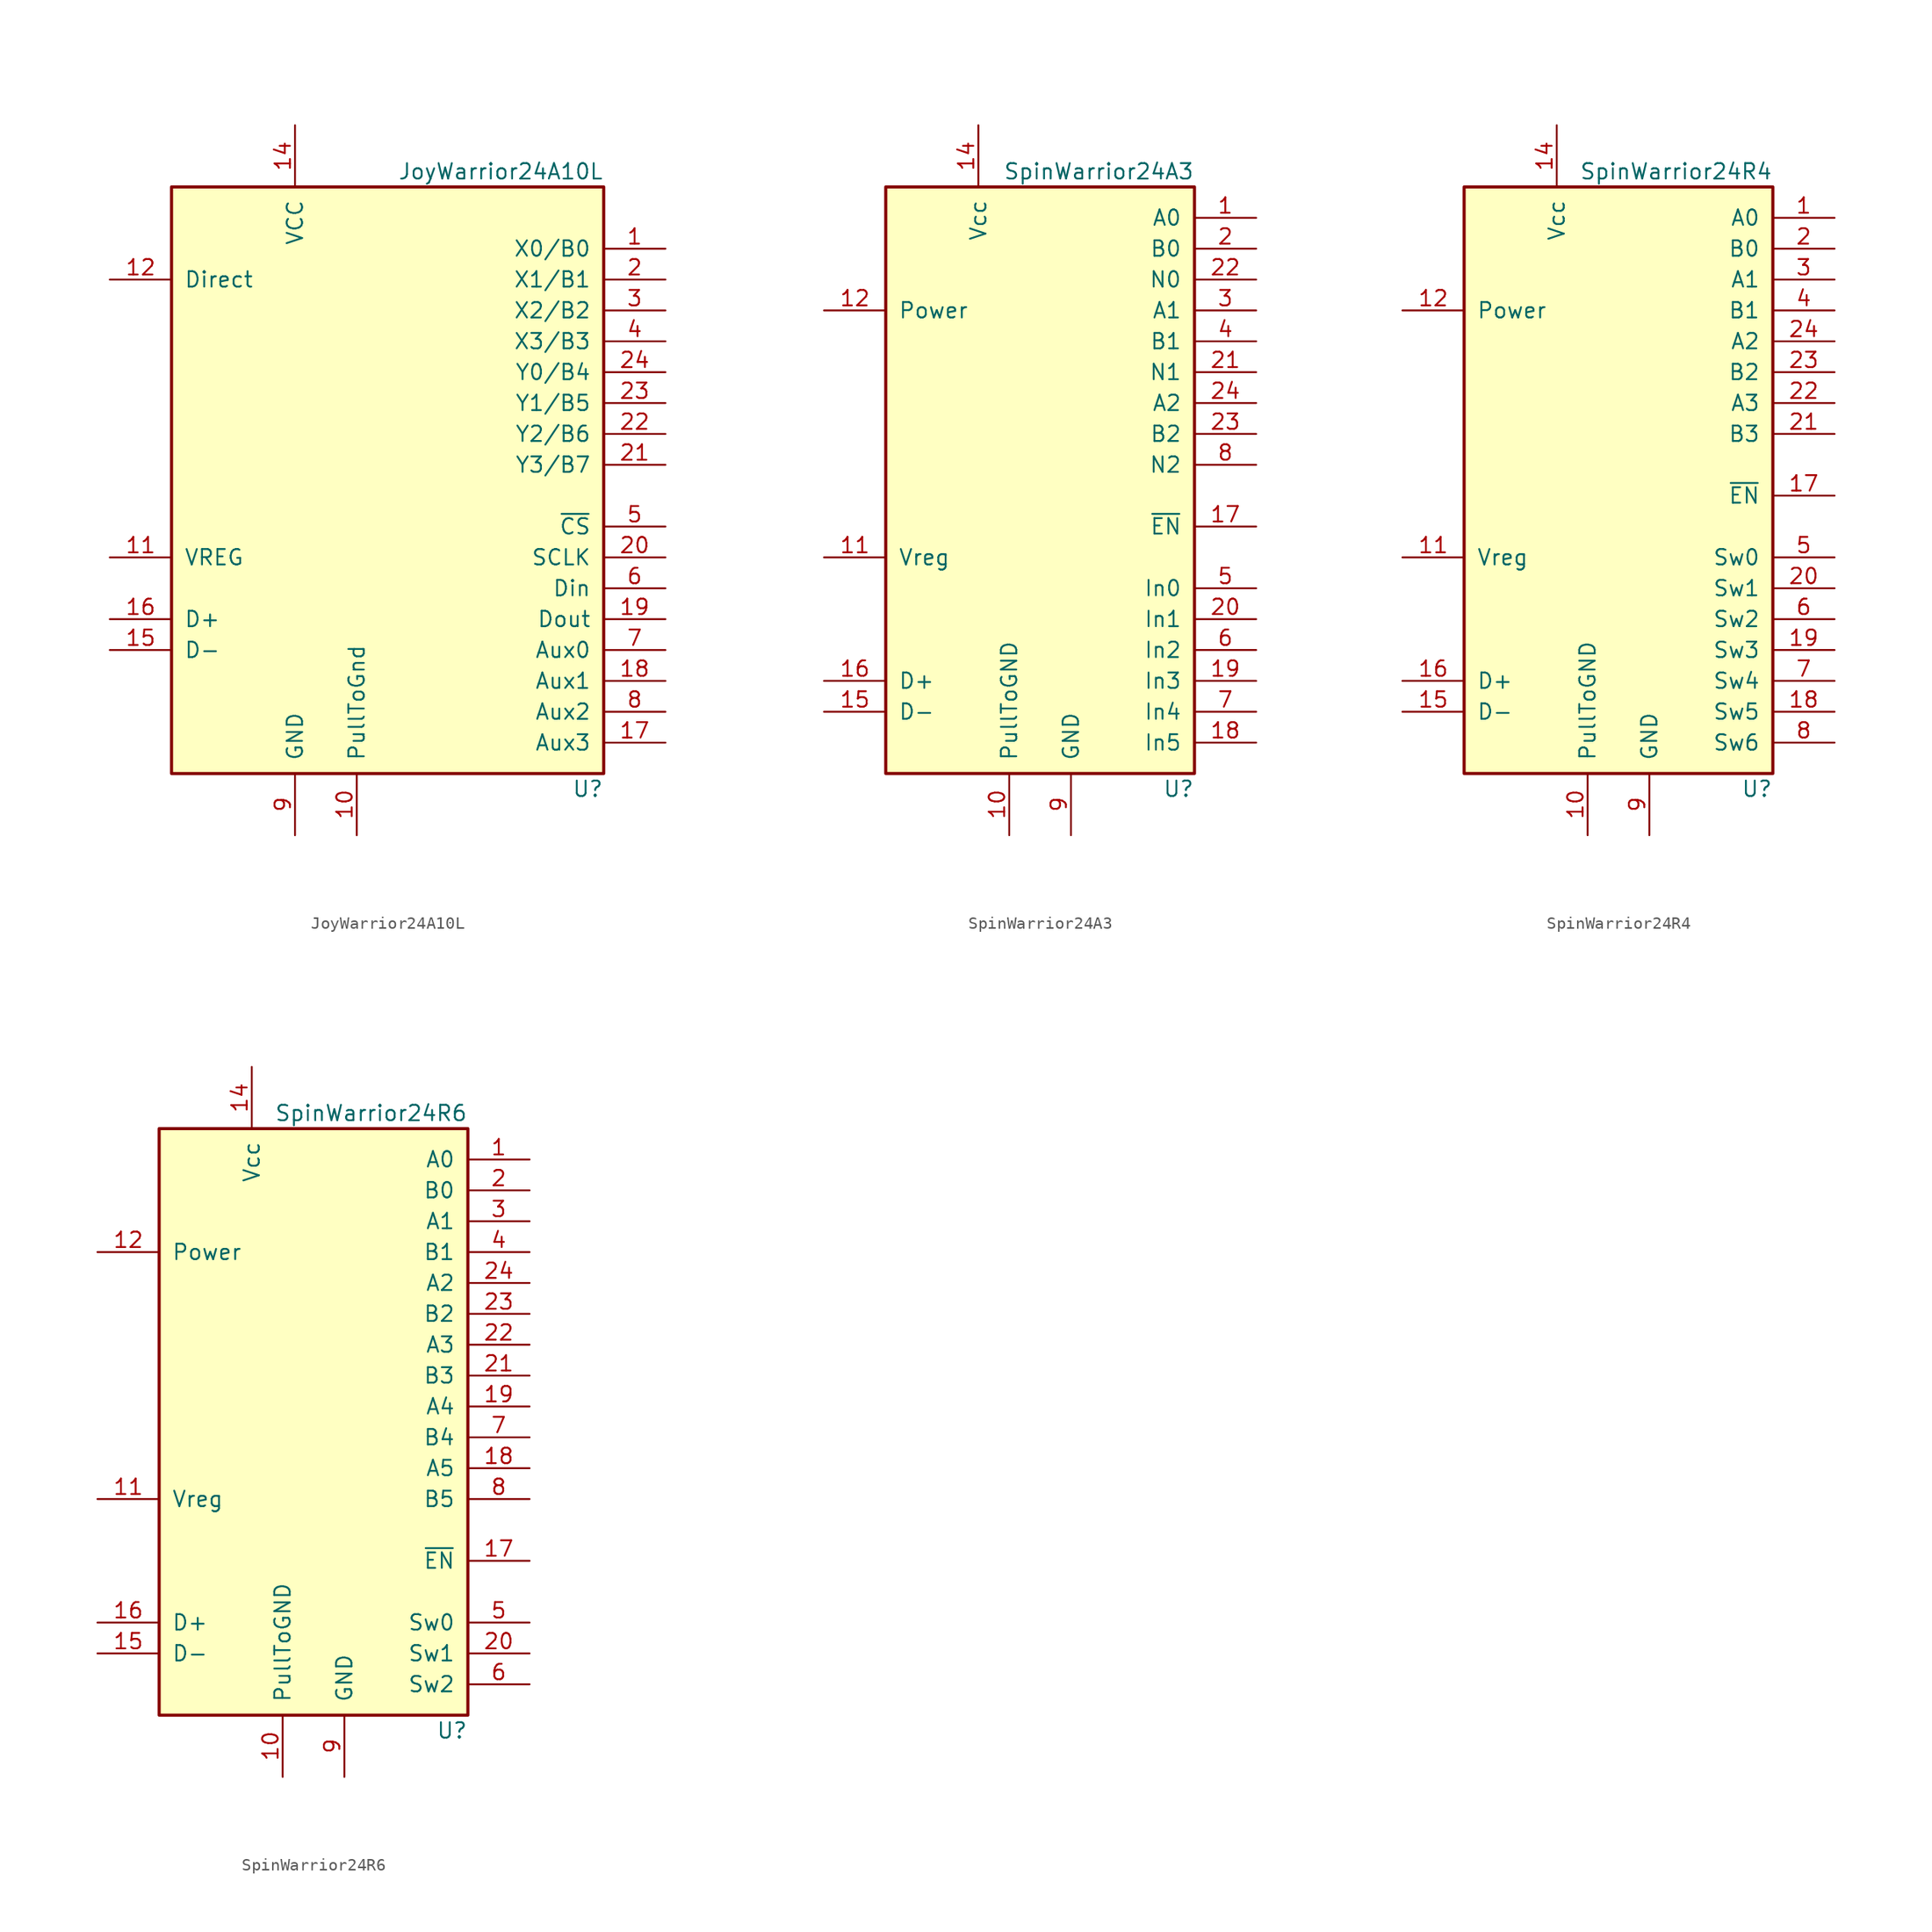
<source format=kicad_sym>
(kicad_symbol_lib
  (version 20241209)
  (generator "kicad_symbol_editor")
  (generator_version "9.0")
  (symbol "JoyWarrior24A10L"
    (pin_names
      (offset 1.016))
    (property "Reference" "U"
      (at 17.78 -24.13 0)
      (effects (font (size 1.27 1.27)) (justify right)))
    (property "Value" "JoyWarrior24A10L"
      (at 17.78 26.67 0)
      (effects (font (size 1.27 1.27)) (justify right)))
    (symbol "JoyWarrior24A10L_0_1"
      (rectangle (start -17.78 25.4) (end 17.78 -22.86) (stroke (width 0.254) (type default)) (fill (type background))))
    (symbol "JoyWarrior24A10L_1_1"
      (pin input line (at -22.86 17.78 0) (length 5.08) (name "Direct" (effects (font (size 1.27 1.27)))) (number "12" (effects (font (size 1.27 1.27)))))
      (pin power_out line (at -22.86 -5.08 0) (length 5.08) (name "VREG" (effects (font (size 1.27 1.27)))) (number "11" (effects (font (size 1.27 1.27)))))
      (pin bidirectional line (at -22.86 -10.16 0) (length 5.08) (name "D+" (effects (font (size 1.27 1.27)))) (number "16" (effects (font (size 1.27 1.27)))))
      (pin bidirectional line (at -22.86 -12.7 0) (length 5.08) (name "D-" (effects (font (size 1.27 1.27)))) (number "15" (effects (font (size 1.27 1.27)))))
      (pin no_connect line (at -17.78 22.86 0) (length 5.08) (hide yes) (name "NC" (effects (font (size 1.27 1.27)))) (number "13" (effects (font (size 1.27 1.27)))))
      (pin power_in line (at -7.62 30.48 270) (length 5.08) (name "VCC" (effects (font (size 1.27 1.27)))) (number "14" (effects (font (size 1.27 1.27)))))
      (pin power_in line (at -7.62 -27.94 90) (length 5.08) (name "GND" (effects (font (size 1.27 1.27)))) (number "9" (effects (font (size 1.27 1.27)))))
      (pin input line (at -2.54 -27.94 90) (length 5.08) (name "PullToGnd" (effects (font (size 1.27 1.27)))) (number "10" (effects (font (size 1.27 1.27)))))
      (pin input line (at 22.86 20.32 180) (length 5.08) (name "X0/B0" (effects (font (size 1.27 1.27)))) (number "1" (effects (font (size 1.27 1.27)))))
      (pin input line (at 22.86 17.78 180) (length 5.08) (name "X1/B1" (effects (font (size 1.27 1.27)))) (number "2" (effects (font (size 1.27 1.27)))))
      (pin input line (at 22.86 15.24 180) (length 5.08) (name "X2/B2" (effects (font (size 1.27 1.27)))) (number "3" (effects (font (size 1.27 1.27)))))
      (pin input line (at 22.86 12.7 180) (length 5.08) (name "X3/B3" (effects (font (size 1.27 1.27)))) (number "4" (effects (font (size 1.27 1.27)))))
      (pin input line (at 22.86 10.16 180) (length 5.08) (name "Y0/B4" (effects (font (size 1.27 1.27)))) (number "24" (effects (font (size 1.27 1.27)))))
      (pin input line (at 22.86 7.62 180) (length 5.08) (name "Y1/B5" (effects (font (size 1.27 1.27)))) (number "23" (effects (font (size 1.27 1.27)))))
      (pin input line (at 22.86 5.08 180) (length 5.08) (name "Y2/B6" (effects (font (size 1.27 1.27)))) (number "22" (effects (font (size 1.27 1.27)))))
      (pin input line (at 22.86 2.54 180) (length 5.08) (name "Y3/B7" (effects (font (size 1.27 1.27)))) (number "21" (effects (font (size 1.27 1.27)))))
      (pin output line (at 22.86 -2.54 180) (length 5.08) (name "~{CS}" (effects (font (size 1.27 1.27)))) (number "5" (effects (font (size 1.27 1.27)))))
      (pin output line (at 22.86 -5.08 180) (length 5.08) (name "SCLK" (effects (font (size 1.27 1.27)))) (number "20" (effects (font (size 1.27 1.27)))))
      (pin input line (at 22.86 -7.62 180) (length 5.08) (name "Din" (effects (font (size 1.27 1.27)))) (number "6" (effects (font (size 1.27 1.27)))))
      (pin output line (at 22.86 -10.16 180) (length 5.08) (name "Dout" (effects (font (size 1.27 1.27)))) (number "19" (effects (font (size 1.27 1.27)))))
      (pin output line (at 22.86 -12.7 180) (length 5.08) (name "Aux0" (effects (font (size 1.27 1.27)))) (number "7" (effects (font (size 1.27 1.27)))))
      (pin output line (at 22.86 -15.24 180) (length 5.08) (name "Aux1" (effects (font (size 1.27 1.27)))) (number "18" (effects (font (size 1.27 1.27)))))
      (pin output line (at 22.86 -17.78 180) (length 5.08) (name "Aux2" (effects (font (size 1.27 1.27)))) (number "8" (effects (font (size 1.27 1.27)))))
      (pin output line (at 22.86 -20.32 180) (length 5.08) (name "Aux3" (effects (font (size 1.27 1.27)))) (number "17" (effects (font (size 1.27 1.27)))))))
  (symbol "SpinWarrior24A3"
    (pin_names
      (offset 1.016))
    (property "Reference" "U"
      (at 12.7 -24.13 0)
      (effects (font (size 1.27 1.27)) (justify right)))
    (property "Value" "SpinWarrior24A3"
      (at 12.7 26.67 0)
      (effects (font (size 1.27 1.27)) (justify right)))
    (symbol "SpinWarrior24A3_1_1"
      (rectangle (start -12.7 25.4) (end 12.7 -22.86) (stroke (width 0.254) (type default)) (fill (type background)))
      (pin input line (at -17.78 15.24 0) (length 5.08) (name "Power" (effects (font (size 1.27 1.27)))) (number "12" (effects (font (size 1.27 1.27)))))
      (pin power_out line (at -17.78 -5.08 0) (length 5.08) (name "Vreg" (effects (font (size 1.27 1.27)))) (number "11" (effects (font (size 1.27 1.27)))))
      (pin bidirectional line (at -17.78 -15.24 0) (length 5.08) (name "D+" (effects (font (size 1.27 1.27)))) (number "16" (effects (font (size 1.27 1.27)))))
      (pin bidirectional line (at -17.78 -17.78 0) (length 5.08) (name "D-" (effects (font (size 1.27 1.27)))) (number "15" (effects (font (size 1.27 1.27)))))
      (pin no_connect line (at -12.7 22.86 0) (length 5.08) (hide yes) (name "NC" (effects (font (size 1.27 1.27)))) (number "13" (effects (font (size 1.27 1.27)))))
      (pin power_in line (at -5.08 30.48 270) (length 5.08) (name "Vcc" (effects (font (size 1.27 1.27)))) (number "14" (effects (font (size 1.27 1.27)))))
      (pin input line (at -2.54 -27.94 90) (length 5.08) (name "PullToGND" (effects (font (size 1.27 1.27)))) (number "10" (effects (font (size 1.27 1.27)))))
      (pin power_in line (at 2.54 -27.94 90) (length 5.08) (name "GND" (effects (font (size 1.27 1.27)))) (number "9" (effects (font (size 1.27 1.27)))))
      (pin input line (at 17.78 22.86 180) (length 5.08) (name "A0" (effects (font (size 1.27 1.27)))) (number "1" (effects (font (size 1.27 1.27)))))
      (pin input line (at 17.78 20.32 180) (length 5.08) (name "B0" (effects (font (size 1.27 1.27)))) (number "2" (effects (font (size 1.27 1.27)))))
      (pin input line (at 17.78 17.78 180) (length 5.08) (name "N0" (effects (font (size 1.27 1.27)))) (number "22" (effects (font (size 1.27 1.27)))))
      (pin input line (at 17.78 15.24 180) (length 5.08) (name "A1" (effects (font (size 1.27 1.27)))) (number "3" (effects (font (size 1.27 1.27)))))
      (pin input line (at 17.78 12.7 180) (length 5.08) (name "B1" (effects (font (size 1.27 1.27)))) (number "4" (effects (font (size 1.27 1.27)))))
      (pin input line (at 17.78 10.16 180) (length 5.08) (name "N1" (effects (font (size 1.27 1.27)))) (number "21" (effects (font (size 1.27 1.27)))))
      (pin input line (at 17.78 7.62 180) (length 5.08) (name "A2" (effects (font (size 1.27 1.27)))) (number "24" (effects (font (size 1.27 1.27)))))
      (pin input line (at 17.78 5.08 180) (length 5.08) (name "B2" (effects (font (size 1.27 1.27)))) (number "23" (effects (font (size 1.27 1.27)))))
      (pin input line (at 17.78 2.54 180) (length 5.08) (name "N2" (effects (font (size 1.27 1.27)))) (number "8" (effects (font (size 1.27 1.27)))))
      (pin open_collector line (at 17.78 -2.54 180) (length 5.08) (name "~{EN}" (effects (font (size 1.27 1.27)))) (number "17" (effects (font (size 1.27 1.27)))))
      (pin input line (at 17.78 -7.62 180) (length 5.08) (name "In0" (effects (font (size 1.27 1.27)))) (number "5" (effects (font (size 1.27 1.27)))))
      (pin input line (at 17.78 -10.16 180) (length 5.08) (name "In1" (effects (font (size 1.27 1.27)))) (number "20" (effects (font (size 1.27 1.27)))))
      (pin input line (at 17.78 -12.7 180) (length 5.08) (name "In2" (effects (font (size 1.27 1.27)))) (number "6" (effects (font (size 1.27 1.27)))))
      (pin input line (at 17.78 -15.24 180) (length 5.08) (name "In3" (effects (font (size 1.27 1.27)))) (number "19" (effects (font (size 1.27 1.27)))))
      (pin input line (at 17.78 -17.78 180) (length 5.08) (name "In4" (effects (font (size 1.27 1.27)))) (number "7" (effects (font (size 1.27 1.27)))))
      (pin input line (at 17.78 -20.32 180) (length 5.08) (name "In5" (effects (font (size 1.27 1.27)))) (number "18" (effects (font (size 1.27 1.27)))))))
  (symbol "SpinWarrior24R4"
    (pin_names
      (offset 1.016))
    (property "Reference" "U"
      (at 12.7 -24.13 0)
      (effects (font (size 1.27 1.27)) (justify right)))
    (property "Value" "SpinWarrior24R4"
      (at 12.7 26.67 0)
      (effects (font (size 1.27 1.27)) (justify right)))
    (symbol "SpinWarrior24R4_1_1"
      (rectangle (start -12.7 25.4) (end 12.7 -22.86) (stroke (width 0.254) (type default)) (fill (type background)))
      (pin input line (at -17.78 15.24 0) (length 5.08) (name "Power" (effects (font (size 1.27 1.27)))) (number "12" (effects (font (size 1.27 1.27)))))
      (pin power_out line (at -17.78 -5.08 0) (length 5.08) (name "Vreg" (effects (font (size 1.27 1.27)))) (number "11" (effects (font (size 1.27 1.27)))))
      (pin bidirectional line (at -17.78 -15.24 0) (length 5.08) (name "D+" (effects (font (size 1.27 1.27)))) (number "16" (effects (font (size 1.27 1.27)))))
      (pin bidirectional line (at -17.78 -17.78 0) (length 5.08) (name "D-" (effects (font (size 1.27 1.27)))) (number "15" (effects (font (size 1.27 1.27)))))
      (pin no_connect line (at -12.7 22.86 0) (length 5.08) (hide yes) (name "NC" (effects (font (size 1.27 1.27)))) (number "13" (effects (font (size 1.27 1.27)))))
      (pin power_in line (at -5.08 30.48 270) (length 5.08) (name "Vcc" (effects (font (size 1.27 1.27)))) (number "14" (effects (font (size 1.27 1.27)))))
      (pin input line (at -2.54 -27.94 90) (length 5.08) (name "PullToGND" (effects (font (size 1.27 1.27)))) (number "10" (effects (font (size 1.27 1.27)))))
      (pin power_in line (at 2.54 -27.94 90) (length 5.08) (name "GND" (effects (font (size 1.27 1.27)))) (number "9" (effects (font (size 1.27 1.27)))))
      (pin input line (at 17.78 22.86 180) (length 5.08) (name "A0" (effects (font (size 1.27 1.27)))) (number "1" (effects (font (size 1.27 1.27)))))
      (pin input line (at 17.78 20.32 180) (length 5.08) (name "B0" (effects (font (size 1.27 1.27)))) (number "2" (effects (font (size 1.27 1.27)))))
      (pin input line (at 17.78 17.78 180) (length 5.08) (name "A1" (effects (font (size 1.27 1.27)))) (number "3" (effects (font (size 1.27 1.27)))))
      (pin input line (at 17.78 15.24 180) (length 5.08) (name "B1" (effects (font (size 1.27 1.27)))) (number "4" (effects (font (size 1.27 1.27)))))
      (pin input line (at 17.78 12.7 180) (length 5.08) (name "A2" (effects (font (size 1.27 1.27)))) (number "24" (effects (font (size 1.27 1.27)))))
      (pin input line (at 17.78 10.16 180) (length 5.08) (name "B2" (effects (font (size 1.27 1.27)))) (number "23" (effects (font (size 1.27 1.27)))))
      (pin input line (at 17.78 7.62 180) (length 5.08) (name "A3" (effects (font (size 1.27 1.27)))) (number "22" (effects (font (size 1.27 1.27)))))
      (pin input line (at 17.78 5.08 180) (length 5.08) (name "B3" (effects (font (size 1.27 1.27)))) (number "21" (effects (font (size 1.27 1.27)))))
      (pin open_collector line (at 17.78 0 180) (length 5.08) (name "~{EN}" (effects (font (size 1.27 1.27)))) (number "17" (effects (font (size 1.27 1.27)))))
      (pin input line (at 17.78 -5.08 180) (length 5.08) (name "Sw0" (effects (font (size 1.27 1.27)))) (number "5" (effects (font (size 1.27 1.27)))))
      (pin input line (at 17.78 -7.62 180) (length 5.08) (name "Sw1" (effects (font (size 1.27 1.27)))) (number "20" (effects (font (size 1.27 1.27)))))
      (pin input line (at 17.78 -10.16 180) (length 5.08) (name "Sw2" (effects (font (size 1.27 1.27)))) (number "6" (effects (font (size 1.27 1.27)))))
      (pin input line (at 17.78 -12.7 180) (length 5.08) (name "Sw3" (effects (font (size 1.27 1.27)))) (number "19" (effects (font (size 1.27 1.27)))))
      (pin input line (at 17.78 -15.24 180) (length 5.08) (name "Sw4" (effects (font (size 1.27 1.27)))) (number "7" (effects (font (size 1.27 1.27)))))
      (pin input line (at 17.78 -17.78 180) (length 5.08) (name "Sw5" (effects (font (size 1.27 1.27)))) (number "18" (effects (font (size 1.27 1.27)))))
      (pin input line (at 17.78 -20.32 180) (length 5.08) (name "Sw6" (effects (font (size 1.27 1.27)))) (number "8" (effects (font (size 1.27 1.27)))))))
  (symbol "SpinWarrior24R6"
    (pin_names
      (offset 1.016))
    (property "Reference" "U"
      (at 12.7 -24.13 0)
      (effects (font (size 1.27 1.27)) (justify right)))
    (property "Value" "SpinWarrior24R6"
      (at 12.7 26.67 0)
      (effects (font (size 1.27 1.27)) (justify right)))
    (symbol "SpinWarrior24R6_1_1"
      (rectangle (start -12.7 25.4) (end 12.7 -22.86) (stroke (width 0.254) (type default)) (fill (type background)))
      (pin input line (at -17.78 15.24 0) (length 5.08) (name "Power" (effects (font (size 1.27 1.27)))) (number "12" (effects (font (size 1.27 1.27)))))
      (pin power_out line (at -17.78 -5.08 0) (length 5.08) (name "Vreg" (effects (font (size 1.27 1.27)))) (number "11" (effects (font (size 1.27 1.27)))))
      (pin bidirectional line (at -17.78 -15.24 0) (length 5.08) (name "D+" (effects (font (size 1.27 1.27)))) (number "16" (effects (font (size 1.27 1.27)))))
      (pin bidirectional line (at -17.78 -17.78 0) (length 5.08) (name "D-" (effects (font (size 1.27 1.27)))) (number "15" (effects (font (size 1.27 1.27)))))
      (pin no_connect line (at -12.7 22.86 0) (length 5.08) (hide yes) (name "NC" (effects (font (size 1.27 1.27)))) (number "13" (effects (font (size 1.27 1.27)))))
      (pin power_in line (at -5.08 30.48 270) (length 5.08) (name "Vcc" (effects (font (size 1.27 1.27)))) (number "14" (effects (font (size 1.27 1.27)))))
      (pin input line (at -2.54 -27.94 90) (length 5.08) (name "PullToGND" (effects (font (size 1.27 1.27)))) (number "10" (effects (font (size 1.27 1.27)))))
      (pin power_in line (at 2.54 -27.94 90) (length 5.08) (name "GND" (effects (font (size 1.27 1.27)))) (number "9" (effects (font (size 1.27 1.27)))))
      (pin input line (at 17.78 22.86 180) (length 5.08) (name "A0" (effects (font (size 1.27 1.27)))) (number "1" (effects (font (size 1.27 1.27)))))
      (pin input line (at 17.78 20.32 180) (length 5.08) (name "B0" (effects (font (size 1.27 1.27)))) (number "2" (effects (font (size 1.27 1.27)))))
      (pin input line (at 17.78 17.78 180) (length 5.08) (name "A1" (effects (font (size 1.27 1.27)))) (number "3" (effects (font (size 1.27 1.27)))))
      (pin input line (at 17.78 15.24 180) (length 5.08) (name "B1" (effects (font (size 1.27 1.27)))) (number "4" (effects (font (size 1.27 1.27)))))
      (pin input line (at 17.78 12.7 180) (length 5.08) (name "A2" (effects (font (size 1.27 1.27)))) (number "24" (effects (font (size 1.27 1.27)))))
      (pin input line (at 17.78 10.16 180) (length 5.08) (name "B2" (effects (font (size 1.27 1.27)))) (number "23" (effects (font (size 1.27 1.27)))))
      (pin input line (at 17.78 7.62 180) (length 5.08) (name "A3" (effects (font (size 1.27 1.27)))) (number "22" (effects (font (size 1.27 1.27)))))
      (pin input line (at 17.78 5.08 180) (length 5.08) (name "B3" (effects (font (size 1.27 1.27)))) (number "21" (effects (font (size 1.27 1.27)))))
      (pin input line (at 17.78 2.54 180) (length 5.08) (name "A4" (effects (font (size 1.27 1.27)))) (number "19" (effects (font (size 1.27 1.27)))))
      (pin input line (at 17.78 0 180) (length 5.08) (name "B4" (effects (font (size 1.27 1.27)))) (number "7" (effects (font (size 1.27 1.27)))))
      (pin input line (at 17.78 -2.54 180) (length 5.08) (name "A5" (effects (font (size 1.27 1.27)))) (number "18" (effects (font (size 1.27 1.27)))))
      (pin input line (at 17.78 -5.08 180) (length 5.08) (name "B5" (effects (font (size 1.27 1.27)))) (number "8" (effects (font (size 1.27 1.27)))))
      (pin open_collector line (at 17.78 -10.16 180) (length 5.08) (name "~{EN}" (effects (font (size 1.27 1.27)))) (number "17" (effects (font (size 1.27 1.27)))))
      (pin input line (at 17.78 -15.24 180) (length 5.08) (name "Sw0" (effects (font (size 1.27 1.27)))) (number "5" (effects (font (size 1.27 1.27)))))
      (pin input line (at 17.78 -17.78 180) (length 5.08) (name "Sw1" (effects (font (size 1.27 1.27)))) (number "20" (effects (font (size 1.27 1.27)))))
      (pin input line (at 17.78 -20.32 180) (length 5.08) (name "Sw2" (effects (font (size 1.27 1.27)))) (number "6" (effects (font (size 1.27 1.27))))))))
</source>
